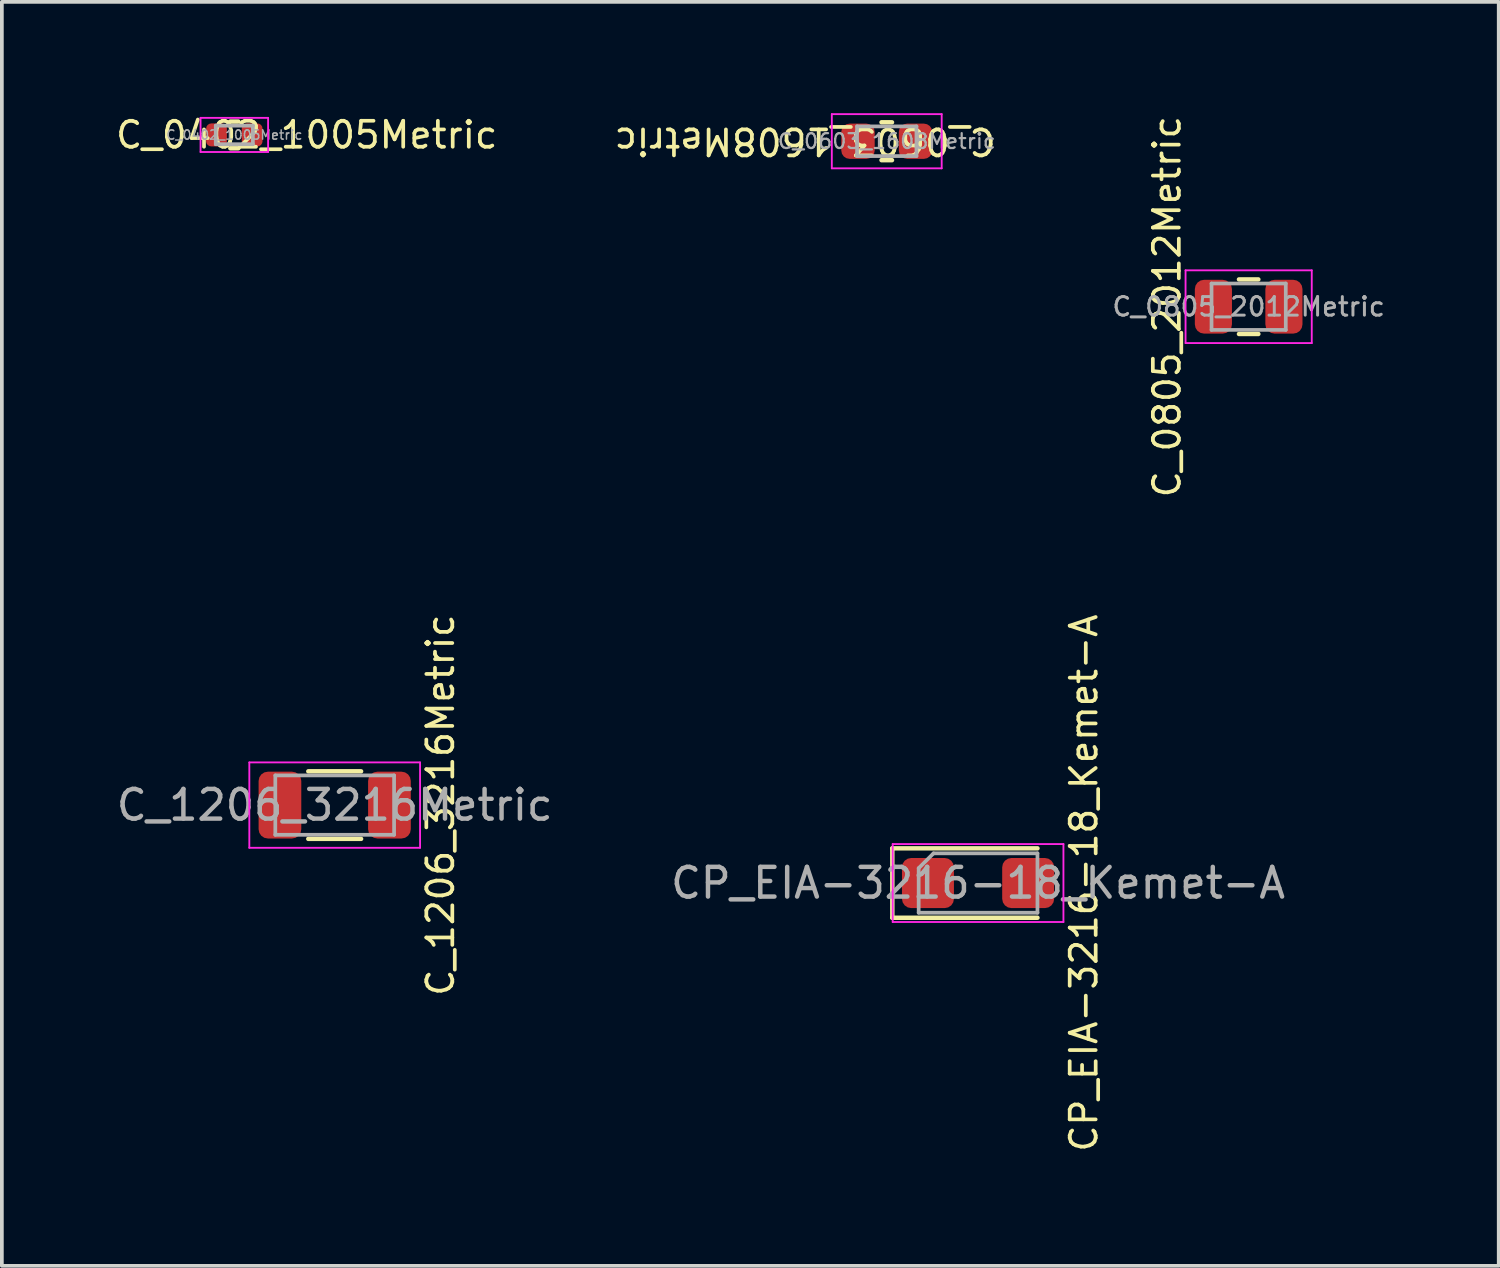
<source format=kicad_pcb>
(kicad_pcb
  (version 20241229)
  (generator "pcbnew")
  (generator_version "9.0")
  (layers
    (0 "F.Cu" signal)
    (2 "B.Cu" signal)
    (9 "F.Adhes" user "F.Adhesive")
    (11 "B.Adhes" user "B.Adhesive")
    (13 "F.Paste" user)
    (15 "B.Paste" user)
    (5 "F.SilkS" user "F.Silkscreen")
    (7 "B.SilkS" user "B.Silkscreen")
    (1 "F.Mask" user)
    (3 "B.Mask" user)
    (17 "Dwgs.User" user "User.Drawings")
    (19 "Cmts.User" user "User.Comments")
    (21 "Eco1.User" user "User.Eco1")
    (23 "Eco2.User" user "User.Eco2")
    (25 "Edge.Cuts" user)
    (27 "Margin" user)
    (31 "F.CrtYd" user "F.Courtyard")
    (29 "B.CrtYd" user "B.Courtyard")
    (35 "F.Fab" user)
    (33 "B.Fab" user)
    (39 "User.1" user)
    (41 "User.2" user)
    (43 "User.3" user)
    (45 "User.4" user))
  (footprint "C_0805_2012Metric"
    (layer "F.Cu")
    (at 30.59 5.213)
    (property "Reference" "C_0805_2012Metric" (at -2.2 0 90) (unlocked yes) (layer "F.SilkS") (effects (font (size 0.7 0.7) (thickness 0.1))))
    (attr smd)
    (fp_line (start -0.261 -0.735) (end 0.261 -0.735) (stroke (width 0.12) (type solid)) (layer "F.SilkS"))
    (fp_line (start -0.261 0.735) (end 0.261 0.735) (stroke (width 0.12) (type solid)) (layer "F.SilkS"))
    (fp_line (start -1.7 -0.98) (end 1.7 -0.98) (stroke (width 0.05) (type solid)) (layer "F.CrtYd"))
    (fp_line (start -1.7 0.98) (end -1.7 -0.98) (stroke (width 0.05) (type solid)) (layer "F.CrtYd"))
    (fp_line (start 1.7 -0.98) (end 1.7 0.98) (stroke (width 0.05) (type solid)) (layer "F.CrtYd"))
    (fp_line (start 1.7 0.98) (end -1.7 0.98) (stroke (width 0.05) (type solid)) (layer "F.CrtYd"))
    (fp_line (start -1 -0.625) (end 1 -0.625) (stroke (width 0.1) (type solid)) (layer "F.Fab"))
    (fp_line (start -1 0.625) (end -1 -0.625) (stroke (width 0.1) (type solid)) (layer "F.Fab"))
    (fp_line (start 1 -0.625) (end 1 0.625) (stroke (width 0.1) (type solid)) (layer "F.Fab"))
    (fp_line (start 1 0.625) (end -1 0.625) (stroke (width 0.1) (type solid)) (layer "F.Fab"))
    (fp_text user "${REFERENCE}" (at 0 0 0) (layer "F.Fab") (effects (font (size 0.5 0.5) (thickness 0.08))))
    (pad "1" smd roundrect (at -0.95 0) (size 1 1.45) (layers "F.Cu" "F.Mask" "F.Paste") (roundrect_rratio 0.25))
    (pad "2" smd roundrect (at 0.95 0) (size 1 1.45) (layers "F.Cu" "F.Mask" "F.Paste") (roundrect_rratio 0.25)))
  (footprint "C_0402_1005Metric"
    (layer "F.Cu")
    (at 3.263 0.585)
    (property "Reference" "C_0402_1005Metric" (at 1.95 0 0) (unlocked yes) (layer "F.SilkS") (effects (font (size 0.7 0.7) (thickness 0.1))))
    (attr smd)
    (fp_line (start -0.108 -0.36) (end 0.108 -0.36) (stroke (width 0.12) (type solid)) (layer "F.SilkS"))
    (fp_line (start -0.108 0.36) (end 0.108 0.36) (stroke (width 0.12) (type solid)) (layer "F.SilkS"))
    (fp_line (start -0.91 -0.46) (end 0.91 -0.46) (stroke (width 0.05) (type solid)) (layer "F.CrtYd"))
    (fp_line (start -0.91 0.46) (end -0.91 -0.46) (stroke (width 0.05) (type solid)) (layer "F.CrtYd"))
    (fp_line (start 0.91 -0.46) (end 0.91 0.46) (stroke (width 0.05) (type solid)) (layer "F.CrtYd"))
    (fp_line (start 0.91 0.46) (end -0.91 0.46) (stroke (width 0.05) (type solid)) (layer "F.CrtYd"))
    (fp_line (start -0.5 -0.25) (end 0.5 -0.25) (stroke (width 0.1) (type solid)) (layer "F.Fab"))
    (fp_line (start -0.5 0.25) (end -0.5 -0.25) (stroke (width 0.1) (type solid)) (layer "F.Fab"))
    (fp_line (start 0.5 -0.25) (end 0.5 0.25) (stroke (width 0.1) (type solid)) (layer "F.Fab"))
    (fp_line (start 0.5 0.25) (end -0.5 0.25) (stroke (width 0.1) (type solid)) (layer "F.Fab"))
    (fp_text user "${REFERENCE}" (at 0 0 0) (layer "F.Fab") (effects (font (size 0.25 0.25) (thickness 0.04))))
    (pad "1" smd roundrect (at -0.48 0) (size 0.56 0.62) (layers "F.Cu" "F.Mask" "F.Paste") (roundrect_rratio 0.25))
    (pad "2" smd roundrect (at 0.48 0) (size 0.56 0.62) (layers "F.Cu" "F.Mask" "F.Paste") (roundrect_rratio 0.25)))
  (footprint "C_1206_3216Metric"
    (layer "F.Cu")
    (at 5.967 18.64)
    (property "Reference" "C_1206_3216Metric" (at 2.85 0 90) (unlocked yes) (layer "F.SilkS") (effects (font (size 0.7 0.7) (thickness 0.1))))
    (attr smd)
    (fp_line (start -0.711 -0.91) (end 0.711 -0.91) (stroke (width 0.12) (type solid)) (layer "F.SilkS"))
    (fp_line (start -0.711 0.91) (end 0.711 0.91) (stroke (width 0.12) (type solid)) (layer "F.SilkS"))
    (fp_line (start -2.3 -1.15) (end 2.3 -1.15) (stroke (width 0.05) (type solid)) (layer "F.CrtYd"))
    (fp_line (start -2.3 1.15) (end -2.3 -1.15) (stroke (width 0.05) (type solid)) (layer "F.CrtYd"))
    (fp_line (start 2.3 -1.15) (end 2.3 1.15) (stroke (width 0.05) (type solid)) (layer "F.CrtYd"))
    (fp_line (start 2.3 1.15) (end -2.3 1.15) (stroke (width 0.05) (type solid)) (layer "F.CrtYd"))
    (fp_line (start -1.6 -0.8) (end 1.6 -0.8) (stroke (width 0.1) (type solid)) (layer "F.Fab"))
    (fp_line (start -1.6 0.8) (end -1.6 -0.8) (stroke (width 0.1) (type solid)) (layer "F.Fab"))
    (fp_line (start 1.6 -0.8) (end 1.6 0.8) (stroke (width 0.1) (type solid)) (layer "F.Fab"))
    (fp_line (start 1.6 0.8) (end -1.6 0.8) (stroke (width 0.1) (type solid)) (layer "F.Fab"))
    (fp_text user "${REFERENCE}" (at 0 0 0) (layer "F.Fab") (effects (font (size 0.8 0.8) (thickness 0.12))))
    (pad "1" smd roundrect (at -1.475 0) (size 1.15 1.8) (layers "F.Cu" "F.Mask" "F.Paste") (roundrect_rratio 0.217))
    (pad "2" smd roundrect (at 1.475 0) (size 1.15 1.8) (layers "F.Cu" "F.Mask" "F.Paste") (roundrect_rratio 0.217)))
  (footprint "CP_EIA-3216-18_Kemet-A"
    (layer "F.Cu")
    (at 23.3 20.74)
    (property "Reference" "CP_EIA-3216-18_Kemet-A" (at 2.85 0 90) (unlocked yes) (layer "F.SilkS") (effects (font (size 0.7 0.7) (thickness 0.1))))
    (attr smd)
    (fp_line (start -2.31 -0.935) (end -2.31 0.935) (stroke (width 0.12) (type solid)) (layer "F.SilkS"))
    (fp_line (start -2.31 0.935) (end 1.6 0.935) (stroke (width 0.12) (type solid)) (layer "F.SilkS"))
    (fp_line (start 1.6 -0.935) (end -2.31 -0.935) (stroke (width 0.12) (type solid)) (layer "F.SilkS"))
    (fp_line (start -2.3 -1.05) (end 2.3 -1.05) (stroke (width 0.05) (type solid)) (layer "F.CrtYd"))
    (fp_line (start -2.3 1.05) (end -2.3 -1.05) (stroke (width 0.05) (type solid)) (layer "F.CrtYd"))
    (fp_line (start 2.3 -1.05) (end 2.3 1.05) (stroke (width 0.05) (type solid)) (layer "F.CrtYd"))
    (fp_line (start 2.3 1.05) (end -2.3 1.05) (stroke (width 0.05) (type solid)) (layer "F.CrtYd"))
    (fp_line (start -1.6 -0.4) (end -1.6 0.8) (stroke (width 0.1) (type solid)) (layer "F.Fab"))
    (fp_line (start -1.6 0.8) (end 1.6 0.8) (stroke (width 0.1) (type solid)) (layer "F.Fab"))
    (fp_line (start -1.2 -0.8) (end -1.6 -0.4) (stroke (width 0.1) (type solid)) (layer "F.Fab"))
    (fp_line (start 1.6 -0.8) (end -1.2 -0.8) (stroke (width 0.1) (type solid)) (layer "F.Fab"))
    (fp_line (start 1.6 0.8) (end 1.6 -0.8) (stroke (width 0.1) (type solid)) (layer "F.Fab"))
    (fp_text user "${REFERENCE}" (at 0 0 0) (layer "F.Fab") (effects (font (size 0.8 0.8) (thickness 0.12))))
    (pad "1" smd roundrect (at -1.35 0) (size 1.4 1.35) (layers "F.Cu" "F.Mask" "F.Paste") (roundrect_rratio 0.185))
    (pad "2" smd roundrect (at 1.35 0) (size 1.4 1.35) (layers "F.Cu" "F.Mask" "F.Paste") (roundrect_rratio 0.185)))
  (footprint "C_0603_1608Metric"
    (layer "F.Cu")
    (at 20.84 0.755)
    (property "Reference" "C_0603_1608Metric" (at -2.2 0 180) (unlocked yes) (layer "F.SilkS") (effects (font (size 0.7 0.7) (thickness 0.1))))
    (attr smd)
    (fp_line (start -0.141 -0.51) (end 0.141 -0.51) (stroke (width 0.12) (type solid)) (layer "F.SilkS"))
    (fp_line (start -0.141 0.51) (end 0.141 0.51) (stroke (width 0.12) (type solid)) (layer "F.SilkS"))
    (fp_line (start -1.48 -0.73) (end 1.48 -0.73) (stroke (width 0.05) (type solid)) (layer "F.CrtYd"))
    (fp_line (start -1.48 0.73) (end -1.48 -0.73) (stroke (width 0.05) (type solid)) (layer "F.CrtYd"))
    (fp_line (start 1.48 -0.73) (end 1.48 0.73) (stroke (width 0.05) (type solid)) (layer "F.CrtYd"))
    (fp_line (start 1.48 0.73) (end -1.48 0.73) (stroke (width 0.05) (type solid)) (layer "F.CrtYd"))
    (fp_line (start -0.8 -0.4) (end 0.8 -0.4) (stroke (width 0.1) (type solid)) (layer "F.Fab"))
    (fp_line (start -0.8 0.4) (end -0.8 -0.4) (stroke (width 0.1) (type solid)) (layer "F.Fab"))
    (fp_line (start 0.8 -0.4) (end 0.8 0.4) (stroke (width 0.1) (type solid)) (layer "F.Fab"))
    (fp_line (start 0.8 0.4) (end -0.8 0.4) (stroke (width 0.1) (type solid)) (layer "F.Fab"))
    (fp_text user "${REFERENCE}" (at 0 0 0) (layer "F.Fab") (effects (font (size 0.4 0.4) (thickness 0.06))))
    (pad "1" smd roundrect (at -0.775 0) (size 0.9 0.95) (layers "F.Cu" "F.Mask" "F.Paste") (roundrect_rratio 0.25))
    (pad "2" smd roundrect (at 0.775 0) (size 0.9 0.95) (layers "F.Cu" "F.Mask" "F.Paste") (roundrect_rratio 0.25)))
  (gr_rect
    (start -3 -3)
    (end 37.327 31.053)
    (stroke (width 0.1) (type default))
    (fill no)
    (layer "Edge.Cuts")))
</source>
